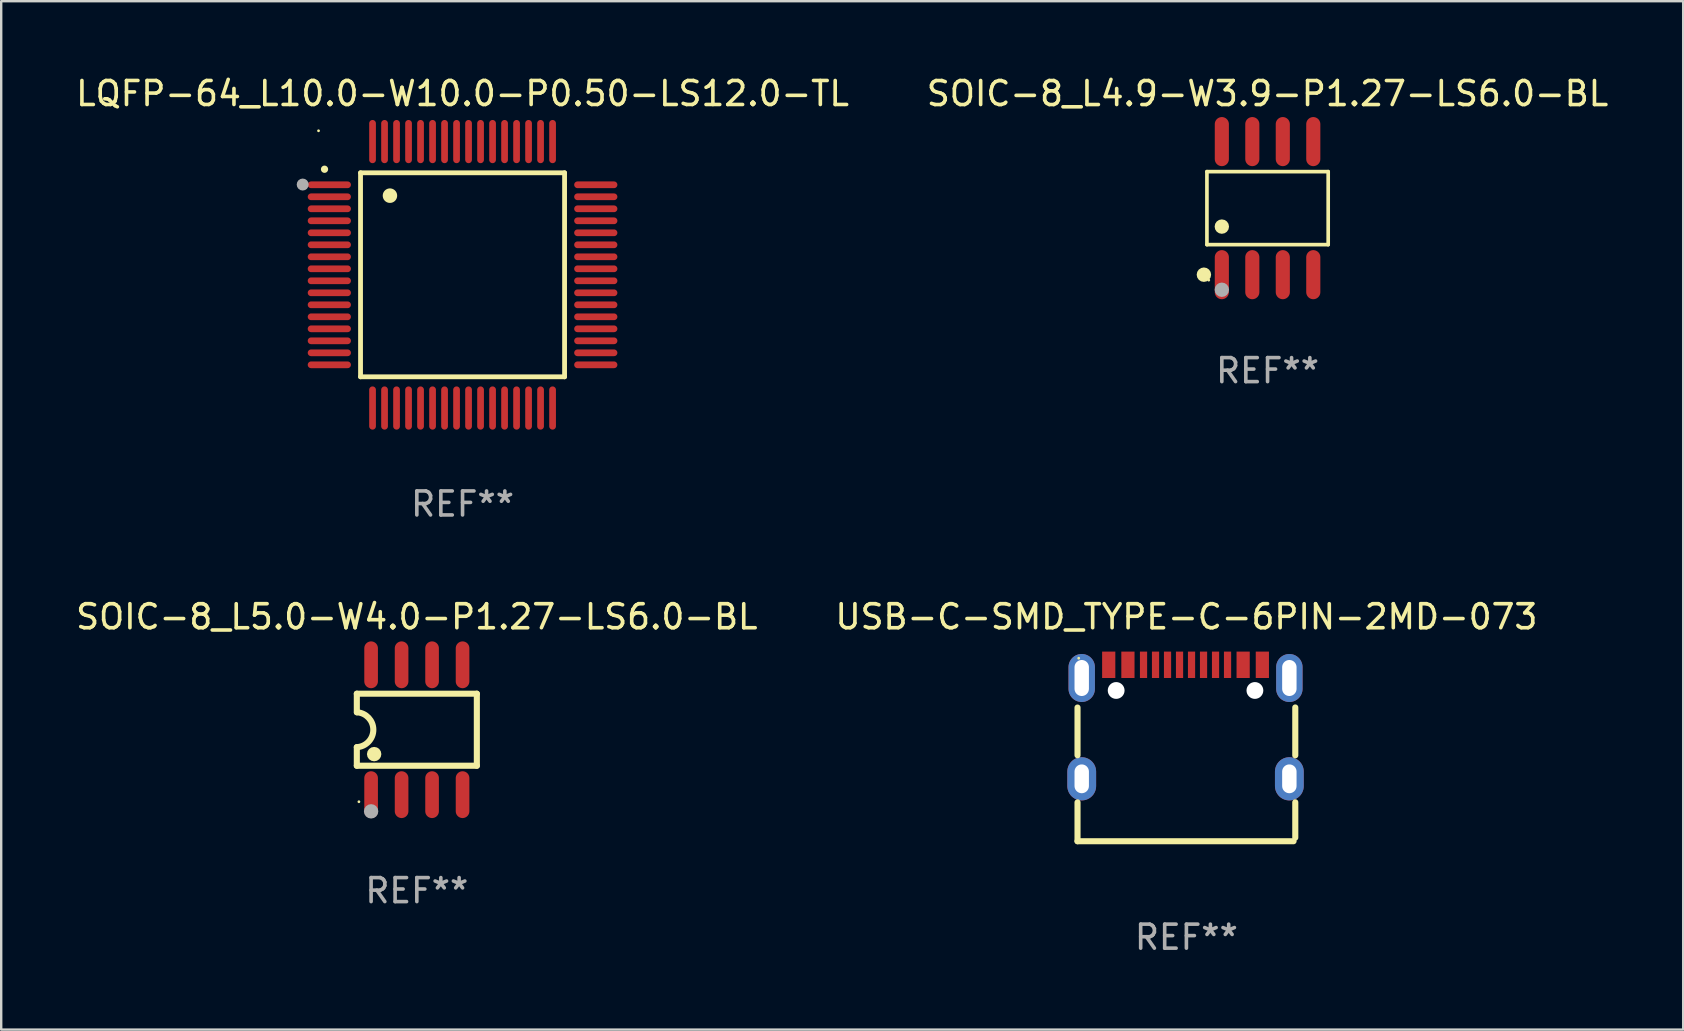
<source format=kicad_pcb>
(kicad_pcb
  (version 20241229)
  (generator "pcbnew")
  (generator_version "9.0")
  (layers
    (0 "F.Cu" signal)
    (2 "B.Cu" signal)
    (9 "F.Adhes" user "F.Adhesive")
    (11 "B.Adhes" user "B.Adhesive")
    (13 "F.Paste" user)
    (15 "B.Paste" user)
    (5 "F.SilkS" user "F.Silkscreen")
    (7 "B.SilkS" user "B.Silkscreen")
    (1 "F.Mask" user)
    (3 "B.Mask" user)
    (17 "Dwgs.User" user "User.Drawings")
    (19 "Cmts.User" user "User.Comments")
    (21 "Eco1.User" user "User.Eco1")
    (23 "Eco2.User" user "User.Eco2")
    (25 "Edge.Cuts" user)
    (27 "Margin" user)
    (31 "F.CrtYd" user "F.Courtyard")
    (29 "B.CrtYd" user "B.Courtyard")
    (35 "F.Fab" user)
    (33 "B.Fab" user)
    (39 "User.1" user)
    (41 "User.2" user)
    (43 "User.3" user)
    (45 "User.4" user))
  (footprint "SOIC-8_L4.9-W3.9-P1.27-LS6.0-BL"
    (layer "F.Cu")
    (at 49.756 5.621)
    (property "Reference" "SOIC-8_L4.9-W3.9-P1.27-LS6.0-BL" (at 0 -4.772 0) (layer "F.SilkS") (effects (font (size 1 1) (thickness 0.15))))
    (attr smd)
    (fp_line (start -2.526 -1.521) (end 2.526 -1.521) (stroke (width 0.152) (type solid)) (layer "F.SilkS"))
    (fp_line (start -2.526 1.521) (end -2.526 -1.521) (stroke (width 0.152) (type solid)) (layer "F.SilkS"))
    (fp_line (start 2.526 -1.521) (end 2.526 1.521) (stroke (width 0.152) (type solid)) (layer "F.SilkS"))
    (fp_line (start 2.526 1.521) (end -2.526 1.521) (stroke (width 0.152) (type solid)) (layer "F.SilkS"))
    (fp_circle (center -2.652 2.772) (end -2.501 2.772) (stroke (width 0.3) (type solid)) (fill no) (layer "F.SilkS"))
    (fp_circle (center -2.45 3) (end -2.42 3) (stroke (width 0.06) (type solid)) (fill no) (layer "F.SilkS"))
    (fp_circle (center -1.905 0.769) (end -1.755 0.769) (stroke (width 0.3) (type solid)) (fill no) (layer "F.SilkS"))
    (fp_circle (center -1.905 3.4) (end -1.755 3.4) (stroke (width 0.3) (type solid)) (fill no) (layer "F.Fab"))
    (fp_text user "REF**" (at 0 6.772 0) (layer "F.Fab") (effects (font (size 1 1) (thickness 0.15))))
    (pad "1" smd oval (at -1.905 2.772) (size 0.588 2.045) (layers "F.Cu" "F.Mask" "F.Paste"))
    (pad "2" smd oval (at -0.635 2.772) (size 0.588 2.045) (layers "F.Cu" "F.Mask" "F.Paste"))
    (pad "3" smd oval (at 0.635 2.772) (size 0.588 2.045) (layers "F.Cu" "F.Mask" "F.Paste"))
    (pad "4" smd oval (at 1.905 2.772) (size 0.588 2.045) (layers "F.Cu" "F.Mask" "F.Paste"))
    (pad "5" smd oval (at 1.905 -2.772) (size 0.588 2.045) (layers "F.Cu" "F.Mask" "F.Paste"))
    (pad "6" smd oval (at 0.635 -2.772) (size 0.588 2.045) (layers "F.Cu" "F.Mask" "F.Paste"))
    (pad "7" smd oval (at -0.635 -2.772) (size 0.588 2.045) (layers "F.Cu" "F.Mask" "F.Paste"))
    (pad "8" smd oval (at -1.905 -2.772) (size 0.588 2.045) (layers "F.Cu" "F.Mask" "F.Paste")))
  (footprint "LQFP-64_L10.0-W10.0-P0.50-LS12.0-TL"
    (layer "F.Cu")
    (at 16.22 8.398)
    (property "Reference" "LQFP-64_L10.0-W10.0-P0.50-LS12.0-TL" (at 0 -7.55 0) (layer "F.SilkS") (effects (font (size 1 1) (thickness 0.15))))
    (attr smd)
    (fp_line (start -4.25 -4.25) (end -4.25 4.25) (stroke (width 0.2) (type solid)) (layer "F.SilkS"))
    (fp_line (start -4.25 4.25) (end 4.25 4.25) (stroke (width 0.2) (type solid)) (layer "F.SilkS"))
    (fp_line (start 4.25 -4.25) (end -4.25 -4.25) (stroke (width 0.2) (type solid)) (layer "F.SilkS"))
    (fp_line (start 4.25 4.25) (end 4.25 -4.25) (stroke (width 0.2) (type solid)) (layer "F.SilkS"))
    (fp_arc (start -5.750572 -4.399289) (mid -5.750567 -4.398019) (end -5.750572 -4.396749) (stroke (width 0.3) (type solid)) (layer "F.SilkS"))
    (fp_arc (start -3.025146 -3.299467) (mid -3.025135 -3.296927) (end -3.025146 -3.294387) (stroke (width 0.6) (type solid)) (layer "F.SilkS"))
    (fp_circle (center -6 -6) (end -5.97 -6) (stroke (width 0.06) (type solid)) (fill no) (layer "F.SilkS"))
    (fp_circle (center -6.66 -3.76) (end -6.535 -3.76) (stroke (width 0.25) (type solid)) (fill no) (layer "F.Fab"))
    (fp_text user "REF**" (at 0 9.55 0) (layer "F.Fab") (effects (font (size 1 1) (thickness 0.15))))
    (pad "1" smd oval (at -5.55 -3.75) (size 1.8 0.28) (layers "F.Cu" "F.Mask" "F.Paste"))
    (pad "2" smd oval (at -5.55 -3.25) (size 1.8 0.28) (layers "F.Cu" "F.Mask" "F.Paste"))
    (pad "3" smd oval (at -5.55 -2.75) (size 1.8 0.28) (layers "F.Cu" "F.Mask" "F.Paste"))
    (pad "4" smd oval (at -5.55 -2.25) (size 1.8 0.28) (layers "F.Cu" "F.Mask" "F.Paste"))
    (pad "5" smd oval (at -5.55 -1.75) (size 1.8 0.28) (layers "F.Cu" "F.Mask" "F.Paste"))
    (pad "6" smd oval (at -5.55 -1.25) (size 1.8 0.28) (layers "F.Cu" "F.Mask" "F.Paste"))
    (pad "7" smd oval (at -5.55 -0.75) (size 1.8 0.28) (layers "F.Cu" "F.Mask" "F.Paste"))
    (pad "8" smd oval (at -5.55 -0.25) (size 1.8 0.28) (layers "F.Cu" "F.Mask" "F.Paste"))
    (pad "9" smd oval (at -5.55 0.25) (size 1.8 0.28) (layers "F.Cu" "F.Mask" "F.Paste"))
    (pad "10" smd oval (at -5.55 0.75) (size 1.8 0.28) (layers "F.Cu" "F.Mask" "F.Paste"))
    (pad "11" smd oval (at -5.55 1.25) (size 1.8 0.28) (layers "F.Cu" "F.Mask" "F.Paste"))
    (pad "12" smd oval (at -5.55 1.75) (size 1.8 0.28) (layers "F.Cu" "F.Mask" "F.Paste"))
    (pad "13" smd oval (at -5.55 2.25) (size 1.8 0.28) (layers "F.Cu" "F.Mask" "F.Paste"))
    (pad "14" smd oval (at -5.55 2.75) (size 1.8 0.28) (layers "F.Cu" "F.Mask" "F.Paste"))
    (pad "15" smd oval (at -5.55 3.25) (size 1.8 0.28) (layers "F.Cu" "F.Mask" "F.Paste"))
    (pad "16" smd oval (at -5.55 3.75) (size 1.8 0.28) (layers "F.Cu" "F.Mask" "F.Paste"))
    (pad "17" smd oval (at -3.75 5.55) (size 0.28 1.8) (layers "F.Cu" "F.Mask" "F.Paste"))
    (pad "18" smd oval (at -3.25 5.55) (size 0.28 1.8) (layers "F.Cu" "F.Mask" "F.Paste"))
    (pad "19" smd oval (at -2.75 5.55) (size 0.28 1.8) (layers "F.Cu" "F.Mask" "F.Paste"))
    (pad "20" smd oval (at -2.25 5.55) (size 0.28 1.8) (layers "F.Cu" "F.Mask" "F.Paste"))
    (pad "21" smd oval (at -1.75 5.55) (size 0.28 1.8) (layers "F.Cu" "F.Mask" "F.Paste"))
    (pad "22" smd oval (at -1.25 5.55) (size 0.28 1.8) (layers "F.Cu" "F.Mask" "F.Paste"))
    (pad "23" smd oval (at -0.75 5.55) (size 0.28 1.8) (layers "F.Cu" "F.Mask" "F.Paste"))
    (pad "24" smd oval (at -0.25 5.55) (size 0.28 1.8) (layers "F.Cu" "F.Mask" "F.Paste"))
    (pad "25" smd oval (at 0.25 5.55) (size 0.28 1.8) (layers "F.Cu" "F.Mask" "F.Paste"))
    (pad "26" smd oval (at 0.75 5.55) (size 0.28 1.8) (layers "F.Cu" "F.Mask" "F.Paste"))
    (pad "27" smd oval (at 1.25 5.55) (size 0.28 1.8) (layers "F.Cu" "F.Mask" "F.Paste"))
    (pad "28" smd oval (at 1.75 5.55) (size 0.28 1.8) (layers "F.Cu" "F.Mask" "F.Paste"))
    (pad "29" smd oval (at 2.25 5.55) (size 0.28 1.8) (layers "F.Cu" "F.Mask" "F.Paste"))
    (pad "30" smd oval (at 2.75 5.55) (size 0.28 1.8) (layers "F.Cu" "F.Mask" "F.Paste"))
    (pad "31" smd oval (at 3.25 5.55) (size 0.28 1.8) (layers "F.Cu" "F.Mask" "F.Paste"))
    (pad "32" smd oval (at 3.75 5.55) (size 0.28 1.8) (layers "F.Cu" "F.Mask" "F.Paste"))
    (pad "33" smd oval (at 5.55 3.75) (size 1.8 0.28) (layers "F.Cu" "F.Mask" "F.Paste"))
    (pad "34" smd oval (at 5.55 3.25) (size 1.8 0.28) (layers "F.Cu" "F.Mask" "F.Paste"))
    (pad "35" smd oval (at 5.55 2.75) (size 1.8 0.28) (layers "F.Cu" "F.Mask" "F.Paste"))
    (pad "36" smd oval (at 5.55 2.25) (size 1.8 0.28) (layers "F.Cu" "F.Mask" "F.Paste"))
    (pad "37" smd oval (at 5.55 1.75) (size 1.8 0.28) (layers "F.Cu" "F.Mask" "F.Paste"))
    (pad "38" smd oval (at 5.55 1.25) (size 1.8 0.28) (layers "F.Cu" "F.Mask" "F.Paste"))
    (pad "39" smd oval (at 5.55 0.75) (size 1.8 0.28) (layers "F.Cu" "F.Mask" "F.Paste"))
    (pad "40" smd oval (at 5.55 0.25) (size 1.8 0.28) (layers "F.Cu" "F.Mask" "F.Paste"))
    (pad "41" smd oval (at 5.55 -0.25) (size 1.8 0.28) (layers "F.Cu" "F.Mask" "F.Paste"))
    (pad "42" smd oval (at 5.55 -0.75) (size 1.8 0.28) (layers "F.Cu" "F.Mask" "F.Paste"))
    (pad "43" smd oval (at 5.55 -1.25) (size 1.8 0.28) (layers "F.Cu" "F.Mask" "F.Paste"))
    (pad "44" smd oval (at 5.55 -1.75) (size 1.8 0.28) (layers "F.Cu" "F.Mask" "F.Paste"))
    (pad "45" smd oval (at 5.55 -2.25) (size 1.8 0.28) (layers "F.Cu" "F.Mask" "F.Paste"))
    (pad "46" smd oval (at 5.55 -2.75) (size 1.8 0.28) (layers "F.Cu" "F.Mask" "F.Paste"))
    (pad "47" smd oval (at 5.55 -3.25) (size 1.8 0.28) (layers "F.Cu" "F.Mask" "F.Paste"))
    (pad "48" smd oval (at 5.55 -3.75) (size 1.8 0.28) (layers "F.Cu" "F.Mask" "F.Paste"))
    (pad "49" smd oval (at 3.75 -5.55) (size 0.28 1.8) (layers "F.Cu" "F.Mask" "F.Paste"))
    (pad "50" smd oval (at 3.25 -5.55) (size 0.28 1.8) (layers "F.Cu" "F.Mask" "F.Paste"))
    (pad "51" smd oval (at 2.75 -5.55) (size 0.28 1.8) (layers "F.Cu" "F.Mask" "F.Paste"))
    (pad "52" smd oval (at 2.25 -5.55) (size 0.28 1.8) (layers "F.Cu" "F.Mask" "F.Paste"))
    (pad "53" smd oval (at 1.75 -5.55) (size 0.28 1.8) (layers "F.Cu" "F.Mask" "F.Paste"))
    (pad "54" smd oval (at 1.25 -5.55) (size 0.28 1.8) (layers "F.Cu" "F.Mask" "F.Paste"))
    (pad "55" smd oval (at 0.75 -5.55) (size 0.28 1.8) (layers "F.Cu" "F.Mask" "F.Paste"))
    (pad "56" smd oval (at 0.25 -5.55) (size 0.28 1.8) (layers "F.Cu" "F.Mask" "F.Paste"))
    (pad "57" smd oval (at -0.25 -5.55) (size 0.28 1.8) (layers "F.Cu" "F.Mask" "F.Paste"))
    (pad "58" smd oval (at -0.75 -5.55) (size 0.28 1.8) (layers "F.Cu" "F.Mask" "F.Paste"))
    (pad "59" smd oval (at -1.25 -5.55) (size 0.28 1.8) (layers "F.Cu" "F.Mask" "F.Paste"))
    (pad "60" smd oval (at -1.75 -5.55) (size 0.28 1.8) (layers "F.Cu" "F.Mask" "F.Paste"))
    (pad "61" smd oval (at -2.25 -5.55) (size 0.28 1.8) (layers "F.Cu" "F.Mask" "F.Paste"))
    (pad "62" smd oval (at -2.75 -5.55) (size 0.28 1.8) (layers "F.Cu" "F.Mask" "F.Paste"))
    (pad "63" smd oval (at -3.25 -5.55) (size 0.28 1.8) (layers "F.Cu" "F.Mask" "F.Paste"))
    (pad "64" smd oval (at -3.75 -5.55) (size 0.28 1.8) (layers "F.Cu" "F.Mask" "F.Paste")))
  (footprint "SOIC-8_L5.0-W4.0-P1.27-LS6.0-BL"
    (layer "F.Cu")
    (at 14.315 27.35)
    (property "Reference" "SOIC-8_L5.0-W4.0-P1.27-LS6.0-BL" (at 0 -4.705 0) (layer "F.SilkS") (effects (font (size 1 1) (thickness 0.15))))
    (attr smd)
    (fp_line (start -2.5 -1.5) (end -2.5 -0.726) (stroke (width 0.254) (type solid)) (layer "F.SilkS"))
    (fp_line (start -2.5 -1.5) (end 2.5 -1.5) (stroke (width 0.254) (type solid)) (layer "F.SilkS"))
    (fp_line (start -2.5 1.5) (end -2.5 0.727) (stroke (width 0.254) (type solid)) (layer "F.SilkS"))
    (fp_line (start -2.5 1.5) (end 2.5 1.5) (stroke (width 0.254) (type solid)) (layer "F.SilkS"))
    (fp_line (start 2.5 -1.5) (end 2.5 1.5) (stroke (width 0.254) (type solid)) (layer "F.SilkS"))
    (fp_arc (start -2.495098 -0.726289) (mid -1.812145 0.002452) (end -2.499999 0.726568) (stroke (width 0.254001) (type solid)) (layer "F.SilkS"))
    (fp_circle (center -2.413 3) (end -2.383 3) (stroke (width 0.06) (type solid)) (fill no) (layer "F.SilkS"))
    (fp_circle (center -1.778 1.016) (end -1.628 1.016) (stroke (width 0.3) (type solid)) (fill no) (layer "F.SilkS"))
    (fp_circle (center -1.905 3.4) (end -1.755 3.4) (stroke (width 0.3) (type solid)) (fill no) (layer "F.Fab"))
    (fp_text user "REF**" (at 0 6.705 0) (layer "F.Fab") (effects (font (size 1 1) (thickness 0.15))))
    (pad "1" smd oval (at -1.905 2.705) (size 0.568 1.95) (layers "F.Cu" "F.Mask" "F.Paste"))
    (pad "2" smd oval (at -0.635 2.705) (size 0.568 1.95) (layers "F.Cu" "F.Mask" "F.Paste"))
    (pad "3" smd oval (at 0.635 2.705) (size 0.568 1.95) (layers "F.Cu" "F.Mask" "F.Paste"))
    (pad "4" smd oval (at 1.905 2.705) (size 0.568 1.95) (layers "F.Cu" "F.Mask" "F.Paste"))
    (pad "5" smd oval (at 1.905 -2.705) (size 0.568 1.95) (layers "F.Cu" "F.Mask" "F.Paste"))
    (pad "6" smd oval (at 0.635 -2.705) (size 0.568 1.95) (layers "F.Cu" "F.Mask" "F.Paste"))
    (pad "7" smd oval (at -0.635 -2.705) (size 0.568 1.95) (layers "F.Cu" "F.Mask" "F.Paste"))
    (pad "8" smd oval (at -1.905 -2.705) (size 0.568 1.95) (layers "F.Cu" "F.Mask" "F.Paste")))
  (footprint "USB-C-SMD_TYPE-C-6PIN-2MD-073"
    (layer "F.Cu")
    (at 46.339 27.02)
    (property "Reference" "USB-C-SMD_TYPE-C-6PIN-2MD-073" (at 0.036 -4.375 0) (layer "F.SilkS") (effects (font (size 1 1) (thickness 0.15))))
    (attr through_hole)
    (fp_line (start -4.5 1.394) (end -4.5 -0.594) (stroke (width 0.254) (type solid)) (layer "F.SilkS"))
    (fp_line (start -4.5 4.975) (end -4.5 3.356) (stroke (width 0.254) (type solid)) (layer "F.SilkS"))
    (fp_line (start 4.5 4.975) (end -4.5 4.975) (stroke (width 0.254) (type solid)) (layer "F.SilkS"))
    (fp_line (start 4.572 1.397) (end 4.572 -0.597) (stroke (width 0.254) (type solid)) (layer "F.SilkS"))
    (fp_line (start 4.572 4.826) (end 4.572 3.353) (stroke (width 0.254) (type solid)) (layer "F.SilkS"))
    (fp_circle (center -4.45 -2.649) (end -4.42 -2.649) (stroke (width 0.06) (type solid)) (fill no) (layer "F.SilkS"))
    (fp_circle (center -2.89 -1.305) (end -2.765 -1.305) (stroke (width 0.25) (type solid)) (fill no) (layer "F.Fab"))
    (fp_circle (center 2.89 -1.305) (end 3.015 -1.305) (stroke (width 0.25) (type solid)) (fill no) (layer "F.Fab"))
    (fp_text user "REF**" (at 0.036 8.975 0) (layer "F.Fab") (effects (font (size 1 1) (thickness 0.15))))
    (pad "" np_thru_hole circle (at -2.89 -1.305) (size 0.7 0.7) (drill 0.7) (layers "*.Cu" "*.Mask"))
    (pad "" np_thru_hole circle (at 2.89 -1.305) (size 0.7 0.7) (drill 0.7) (layers "*.Cu" "*.Mask"))
    (pad "1" smd rect (at -3.2 -2.375) (size 0.55 1.1) (layers "F.Cu" "F.Mask" "F.Paste"))
    (pad "2" smd rect (at -2.4 -2.375) (size 0.55 1.1) (layers "F.Cu" "F.Mask" "F.Paste"))
    (pad "3" smd rect (at -1.75 -2.375) (size 0.3 1.1) (layers "F.Cu" "F.Mask" "F.Paste"))
    (pad "4" smd rect (at -1.25 -2.375) (size 0.3 1.1) (layers "F.Cu" "F.Mask" "F.Paste"))
    (pad "5" smd rect (at -0.75 -2.375) (size 0.3 1.1) (layers "F.Cu" "F.Mask" "F.Paste"))
    (pad "6" smd rect (at -0.25 -2.375) (size 0.3 1.1) (layers "F.Cu" "F.Mask" "F.Paste"))
    (pad "7" smd rect (at 0.25 -2.375) (size 0.3 1.1) (layers "F.Cu" "F.Mask" "F.Paste"))
    (pad "8" smd rect (at 0.75 -2.375) (size 0.3 1.1) (layers "F.Cu" "F.Mask" "F.Paste"))
    (pad "9" smd rect (at 1.25 -2.375) (size 0.3 1.1) (layers "F.Cu" "F.Mask" "F.Paste"))
    (pad "10" smd rect (at 1.75 -2.375) (size 0.3 1.1) (layers "F.Cu" "F.Mask" "F.Paste"))
    (pad "11" smd rect (at 2.4 -2.375) (size 0.55 1.1) (layers "F.Cu" "F.Mask" "F.Paste"))
    (pad "12" smd rect (at 3.2 -2.375) (size 0.55 1.1) (layers "F.Cu" "F.Mask" "F.Paste"))
    (pad "13" thru_hole oval (at -4.325 -1.825) (size 1.1 2) (drill oval 0.6 1.5) (layers "*.Cu" "*.Mask"))
    (pad "13" thru_hole oval (at -4.325 2.375) (size 1.2 1.8) (drill oval 0.6 1.2) (layers "*.Cu" "*.Mask"))
    (pad "14" thru_hole oval (at 4.325 -1.825) (size 1.1 2) (drill oval 0.6 1.5) (layers "*.Cu" "*.Mask"))
    (pad "14" thru_hole oval (at 4.325 2.375) (size 1.2 1.8) (drill oval 0.6 1.2) (layers "*.Cu" "*.Mask")))
  (gr_rect
    (start -3 -3)
    (end 67.071 39.843)
    (stroke (width 0.1) (type default))
    (fill no)
    (layer "Edge.Cuts")))
</source>
